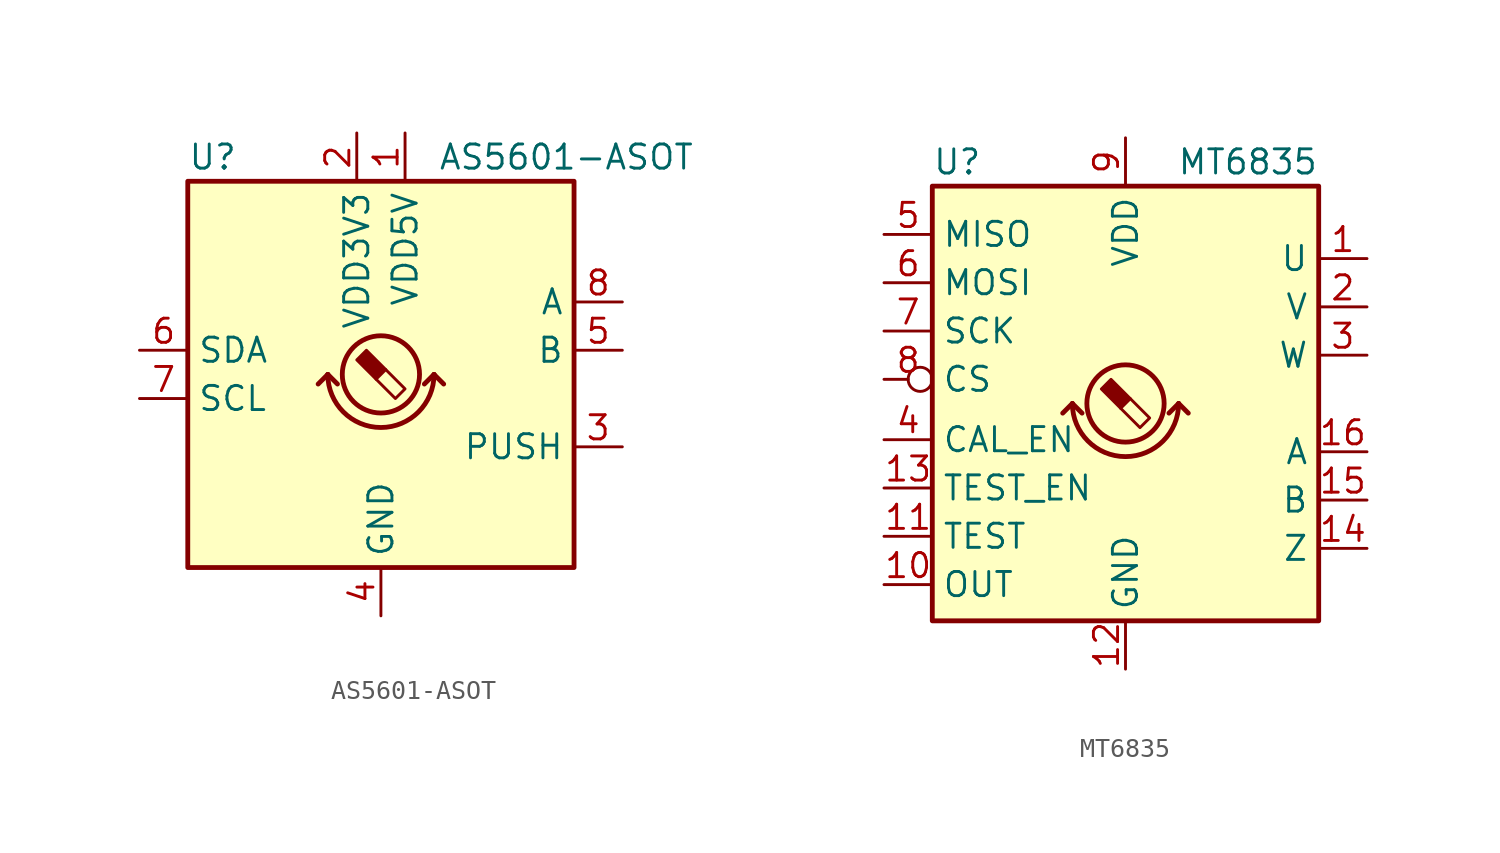
<source format=kicad_sym>
(kicad_symbol_lib
  (version 20220914)
  (generator kicad_symbol_editor)
  (symbol "AS5601-ASOT"
    (property "Reference" "U"
      (at -10.16 11.43 0)
      (effects (font (size 1.27 1.27)) (justify left)))
    (property "Value" "AS5601-ASOT"
      (at 16.51 11.43 0)
      (effects (font (size 1.27 1.27)) (justify right)))
    (symbol "AS5601-ASOT_0_1"
      (rectangle (start -10.16 10.16) (end 10.16 -10.16) (stroke (width 0.254) (type default)) (fill (type background)))
      (arc (start -2.794 0) (mid 0 -2.7819) (end 2.794 0) (stroke (width 0.254) (type default)) (fill (type none)))
      (polyline (pts (xy -2.794 0) (xy -3.302 -0.508)) (stroke (width 0.254) (type default)) (fill (type none)))
      (polyline (pts (xy -2.794 0) (xy -2.286 -0.508)) (stroke (width 0.254) (type default)) (fill (type none)))
      (polyline (pts (xy 2.794 0) (xy 2.286 -0.508)) (stroke (width 0.254) (type default)) (fill (type none)))
      (polyline (pts (xy 2.794 0) (xy 3.302 -0.508)) (stroke (width 0.254) (type default)) (fill (type none)))
      (polyline (pts (xy 0.254 0.254) (xy 1.27 -0.762) (xy 0.762 -1.27) (xy -0.254 -0.254)) (stroke (width 0) (type default)) (fill (type none)))
      (polyline (pts (xy -0.762 1.27) (xy 0.254 0.254) (xy -0.254 -0.254) (xy -1.27 0.762) (xy -1.016 1.016) (xy -0.762 1.27) (xy -0.635 1.143)) (stroke (width 0) (type default)) (fill (type outline)))
      (circle (center 0 0) (radius 2.032) (stroke (width 0.254) (type default)) (fill (type none))))
    (symbol "AS5601-ASOT_1_1"
      (pin power_in line (at 1.27 12.7 270) (length 2.54) (name "VDD5V" (effects (font (size 1.27 1.27)))) (number "1" (effects (font (size 1.27 1.27)))))
      (pin power_in line (at -1.27 12.7 270) (length 2.54) (name "VDD3V3" (effects (font (size 1.27 1.27)))) (number "2" (effects (font (size 1.27 1.27)))))
      (pin output line (at 12.7 -3.81 180) (length 2.54) (name "PUSH" (effects (font (size 1.27 1.27)))) (number "3" (effects (font (size 1.27 1.27)))))
      (pin power_in line (at 0 -12.7 90) (length 2.54) (name "GND" (effects (font (size 1.27 1.27)))) (number "4" (effects (font (size 1.27 1.27)))))
      (pin output line (at 12.7 1.27 180) (length 2.54) (name "B" (effects (font (size 1.27 1.27)))) (number "5" (effects (font (size 1.27 1.27)))))
      (pin bidirectional line (at -12.7 1.27 0) (length 2.54) (name "SDA" (effects (font (size 1.27 1.27)))) (number "6" (effects (font (size 1.27 1.27)))))
      (pin input line (at -12.7 -1.27 0) (length 2.54) (name "SCL" (effects (font (size 1.27 1.27)))) (number "7" (effects (font (size 1.27 1.27)))))
      (pin output line (at 12.7 3.81 180) (length 2.54) (name "A" (effects (font (size 1.27 1.27)))) (number "8" (effects (font (size 1.27 1.27)))))))
  (symbol "MT6835"
    (property "Reference" "U"
      (at -10.16 12.7 0)
      (effects (font (size 1.27 1.27)) (justify left)))
    (property "Value" "MT6835"
      (at 10.16 12.7 0)
      (effects (font (size 1.27 1.27)) (justify right)))
    (symbol "MT6835_0_1"
      (rectangle (start -10.16 11.43) (end 10.16 -11.43) (stroke (width 0.254) (type default)) (fill (type background)))
      (arc (start -2.794 0) (mid 0 -2.7819) (end 2.794 0) (stroke (width 0.254) (type default)) (fill (type none)))
      (polyline (pts (xy -2.794 0) (xy -3.302 -0.508)) (stroke (width 0.254) (type default)) (fill (type none)))
      (polyline (pts (xy -2.794 0) (xy -2.286 -0.508)) (stroke (width 0.254) (type default)) (fill (type none)))
      (polyline (pts (xy 2.794 0) (xy 2.286 -0.508)) (stroke (width 0.254) (type default)) (fill (type none)))
      (polyline (pts (xy 2.794 0) (xy 3.302 -0.508)) (stroke (width 0.254) (type default)) (fill (type none)))
      (polyline (pts (xy 0.254 0.254) (xy 1.27 -0.762) (xy 0.762 -1.27) (xy -0.254 -0.254)) (stroke (width 0) (type default)) (fill (type none)))
      (polyline (pts (xy -0.762 1.27) (xy 0.254 0.254) (xy -0.254 -0.254) (xy -1.27 0.762) (xy -1.016 1.016) (xy -0.762 1.27) (xy -0.635 1.143)) (stroke (width 0) (type default)) (fill (type outline)))
      (circle (center 0 0) (radius 2.032) (stroke (width 0.254) (type default)) (fill (type none))))
    (symbol "MT6835_1_1"
      (pin output line (at 12.7 7.62 180) (length 2.54) (name "U" (effects (font (size 1.27 1.27)))) (number "1" (effects (font (size 1.27 1.27)))))
      (pin input line (at -12.7 -9.525 0) (length 2.54) (name "OUT" (effects (font (size 1.27 1.27)))) (number "10" (effects (font (size 1.27 1.27)))))
      (pin input line (at -12.7 -6.985 0) (length 2.54) (name "TEST" (effects (font (size 1.27 1.27)))) (number "11" (effects (font (size 1.27 1.27)))))
      (pin power_in line (at 0 -13.97 90) (length 2.54) (name "GND" (effects (font (size 1.27 1.27)))) (number "12" (effects (font (size 1.27 1.27)))))
      (pin input line (at -12.7 -4.445 0) (length 2.54) (name "TEST_EN" (effects (font (size 1.27 1.27)))) (number "13" (effects (font (size 1.27 1.27)))))
      (pin output line (at 12.7 -7.62 180) (length 2.54) (name "Z" (effects (font (size 1.27 1.27)))) (number "14" (effects (font (size 1.27 1.27)))))
      (pin output line (at 12.7 -5.08 180) (length 2.54) (name "B" (effects (font (size 1.27 1.27)))) (number "15" (effects (font (size 1.27 1.27)))))
      (pin output line (at 12.7 -2.54 180) (length 2.54) (name "A" (effects (font (size 1.27 1.27)))) (number "16" (effects (font (size 1.27 1.27)))))
      (pin output line (at 12.7 5.08 180) (length 2.54) (name "V" (effects (font (size 1.27 1.27)))) (number "2" (effects (font (size 1.27 1.27)))))
      (pin output line (at 12.7 2.54 180) (length 2.54) (name "W" (effects (font (size 1.27 1.27)))) (number "3" (effects (font (size 1.27 1.27)))))
      (pin input line (at -12.7 -1.905 0) (length 2.54) (name "CAL_EN" (effects (font (size 1.27 1.27)))) (number "4" (effects (font (size 1.27 1.27)))))
      (pin input line (at -12.7 8.89 0) (length 2.54) (name "MISO" (effects (font (size 1.27 1.27)))) (number "5" (effects (font (size 1.27 1.27)))))
      (pin input line (at -12.7 6.35 0) (length 2.54) (name "MOSI" (effects (font (size 1.27 1.27)))) (number "6" (effects (font (size 1.27 1.27)))))
      (pin input line (at -12.7 3.81 0) (length 2.54) (name "SCK" (effects (font (size 1.27 1.27)))) (number "7" (effects (font (size 1.27 1.27)))))
      (pin input inverted (at -12.7 1.27 0) (length 2.54) (name "CS" (effects (font (size 1.27 1.27)))) (number "8" (effects (font (size 1.27 1.27)))))
      (pin power_in line (at 0 13.97 270) (length 2.54) (name "VDD" (effects (font (size 1.27 1.27)))) (number "9" (effects (font (size 1.27 1.27))))))))
</source>
